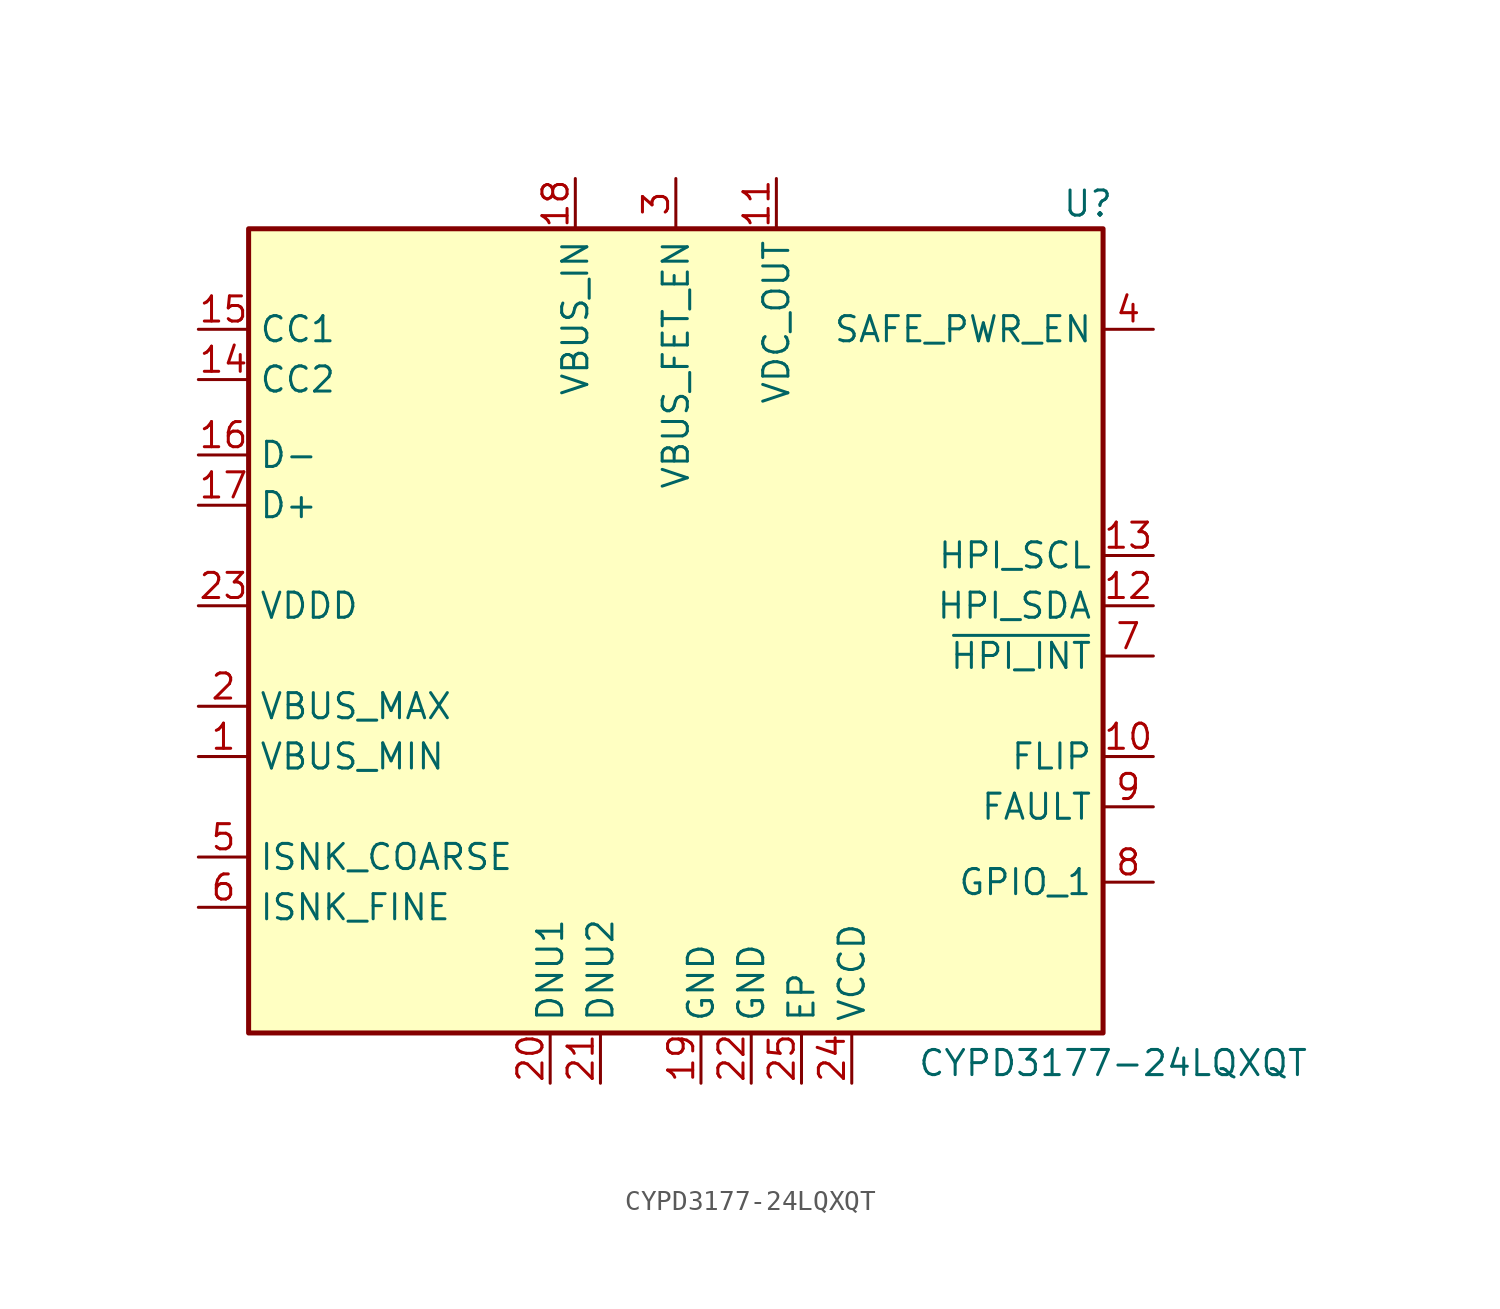
<source format=kicad_sym>
(kicad_symbol_lib
  (version 20241209)
  (generator "kicad_symbol_editor")
  (generator_version "9.0")
  (symbol "CYPD3177-24LQXQT"
    (property "Reference" "U"
      (at 20.828 21.59 0)
      (effects (font (size 1.27 1.27))))
    (property "Value" "CYPD3177-24LQXQT"
      (at 22.098 -21.844 0)
      (effects (font (size 1.27 1.27))))
    (symbol "CYPD3177-24LQXQT_1_1"
      (rectangle (start -21.59 20.32) (end 21.59 -20.32) (stroke (width 0.254) (type solid)) (fill (type background)))
      (pin bidirectional line (at -24.13 15.24 0) (length 2.54) (name "CC1" (effects (font (size 1.27 1.27)))) (number "15" (effects (font (size 1.27 1.27)))))
      (pin bidirectional line (at -24.13 12.7 0) (length 2.54) (name "CC2" (effects (font (size 1.27 1.27)))) (number "14" (effects (font (size 1.27 1.27)))))
      (pin input line (at -24.13 8.89 0) (length 2.54) (name "D-" (effects (font (size 1.27 1.27)))) (number "16" (effects (font (size 1.27 1.27)))))
      (pin input line (at -24.13 6.35 0) (length 2.54) (name "D+" (effects (font (size 1.27 1.27)))) (number "17" (effects (font (size 1.27 1.27)))))
      (pin power_out line (at -24.13 1.27 0) (length 2.54) (name "VDDD" (effects (font (size 1.27 1.27)))) (number "23" (effects (font (size 1.27 1.27)))))
      (pin input line (at -24.13 -3.81 0) (length 2.54) (name "VBUS_MAX" (effects (font (size 1.27 1.27)))) (number "2" (effects (font (size 1.27 1.27)))))
      (pin input line (at -24.13 -6.35 0) (length 2.54) (name "VBUS_MIN" (effects (font (size 1.27 1.27)))) (number "1" (effects (font (size 1.27 1.27)))))
      (pin input line (at -24.13 -11.43 0) (length 2.54) (name "ISNK_COARSE" (effects (font (size 1.27 1.27)))) (number "5" (effects (font (size 1.27 1.27)))))
      (pin input line (at -24.13 -13.97 0) (length 2.54) (name "ISNK_FINE" (effects (font (size 1.27 1.27)))) (number "6" (effects (font (size 1.27 1.27)))))
      (pin input line (at -6.35 -22.86 90) (length 2.54) (name "DNU1" (effects (font (size 1.27 1.27)))) (number "20" (effects (font (size 1.27 1.27)))))
      (pin power_in line (at -5.08 22.86 270) (length 2.54) (name "VBUS_IN" (effects (font (size 1.27 1.27)))) (number "18" (effects (font (size 1.27 1.27)))))
      (pin input line (at -3.81 -22.86 90) (length 2.54) (name "DNU2" (effects (font (size 1.27 1.27)))) (number "21" (effects (font (size 1.27 1.27)))))
      (pin output line (at 0 22.86 270) (length 2.54) (name "VBUS_FET_EN" (effects (font (size 1.27 1.27)))) (number "3" (effects (font (size 1.27 1.27)))))
      (pin power_in line (at 1.27 -22.86 90) (length 2.54) (name "GND" (effects (font (size 1.27 1.27)))) (number "19" (effects (font (size 1.27 1.27)))))
      (pin passive line (at 3.81 -22.86 90) (length 2.54) (name "GND" (effects (font (size 1.27 1.27)))) (number "22" (effects (font (size 1.27 1.27)))))
      (pin output line (at 5.08 22.86 270) (length 2.54) (name "VDC_OUT" (effects (font (size 1.27 1.27)))) (number "11" (effects (font (size 1.27 1.27)))))
      (pin passive line (at 6.35 -22.86 90) (length 2.54) (name "EP" (effects (font (size 1.27 1.27)))) (number "25" (effects (font (size 1.27 1.27)))))
      (pin power_out line (at 8.89 -22.86 90) (length 2.54) (name "VCCD" (effects (font (size 1.27 1.27)))) (number "24" (effects (font (size 1.27 1.27)))))
      (pin output line (at 24.13 15.24 180) (length 2.54) (name "SAFE_PWR_EN" (effects (font (size 1.27 1.27)))) (number "4" (effects (font (size 1.27 1.27)))))
      (pin bidirectional line (at 24.13 3.81 180) (length 2.54) (name "HPI_SCL" (effects (font (size 1.27 1.27)))) (number "13" (effects (font (size 1.27 1.27)))))
      (pin bidirectional line (at 24.13 1.27 180) (length 2.54) (name "HPI_SDA" (effects (font (size 1.27 1.27)))) (number "12" (effects (font (size 1.27 1.27)))))
      (pin input line (at 24.13 -1.27 180) (length 2.54) (name "~{HPI_INT}" (effects (font (size 1.27 1.27)))) (number "7" (effects (font (size 1.27 1.27)))))
      (pin output line (at 24.13 -6.35 180) (length 2.54) (name "FLIP" (effects (font (size 1.27 1.27)))) (number "10" (effects (font (size 1.27 1.27)))))
      (pin output line (at 24.13 -8.89 180) (length 2.54) (name "FAULT" (effects (font (size 1.27 1.27)))) (number "9" (effects (font (size 1.27 1.27)))))
      (pin bidirectional line (at 24.13 -12.7 180) (length 2.54) (name "GPIO_1" (effects (font (size 1.27 1.27)))) (number "8" (effects (font (size 1.27 1.27))))))))
</source>
